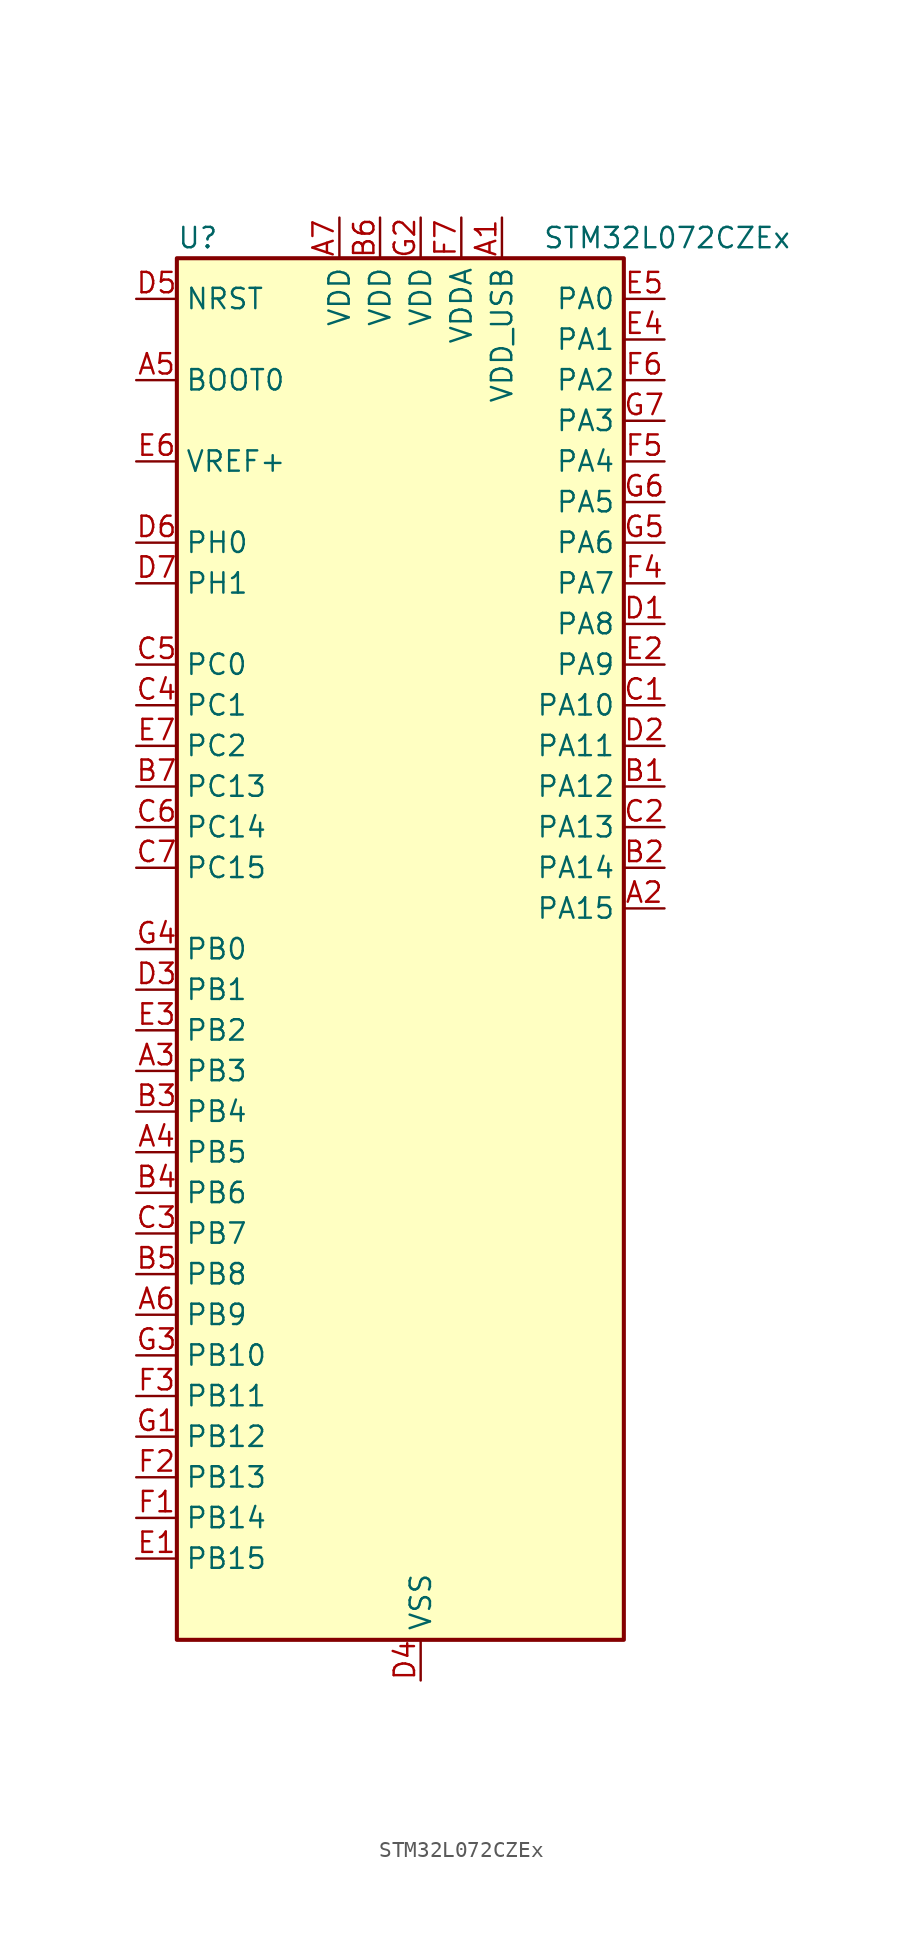
<source format=kicad_sym>
(kicad_symbol_lib
  (version 20220914)
  (generator kicad_symbol_editor)
  (symbol "STM32L072CZEx"
    (property "Reference" "U"
      (at -12.7 44.45 0)
      (effects (font (size 1.27 1.27)) (justify left)))
    (property "Value" "STM32L072CZEx"
      (at 10.16 44.45 0)
      (effects (font (size 1.27 1.27)) (justify left)))
    (property "ki_locked" ""
      (at 0 0 0)
      (effects (font (size 1.27 1.27))))
    (symbol "STM32L072CZEx_0_1"
      (rectangle (start -12.7 -43.18) (end 15.24 43.18) (stroke (width 0.254) (type default)) (fill (type background))))
    (symbol "STM32L072CZEx_1_1"
      (pin power_in line (at 7.62 45.72 270) (length 2.54) (name "VDD_USB" (effects (font (size 1.27 1.27)))) (number "A1" (effects (font (size 1.27 1.27)))))
      (pin bidirectional line (at 17.78 2.54 180) (length 2.54) (name "PA15" (effects (font (size 1.27 1.27)))) (number "A2" (effects (font (size 1.27 1.27)))) (alternate "SPI1_NSS" bidirectional line) (alternate "TIM2_CH1" bidirectional line) (alternate "TIM2_ETR" bidirectional line) (alternate "USART2_RX" bidirectional line) (alternate "USART4_DE" bidirectional line) (alternate "USART4_RTS" bidirectional line))
      (pin bidirectional line (at -15.24 -7.62 0) (length 2.54) (name "PB3" (effects (font (size 1.27 1.27)))) (number "A3" (effects (font (size 1.27 1.27)))) (alternate "COMP2_INM" bidirectional line) (alternate "SPI1_SCK" bidirectional line) (alternate "TIM2_CH2" bidirectional line) (alternate "TSC_G5_IO1" bidirectional line) (alternate "USART1_DE" bidirectional line) (alternate "USART1_RTS" bidirectional line) (alternate "USART5_TX" bidirectional line))
      (pin bidirectional line (at -15.24 -12.7 0) (length 2.54) (name "PB5" (effects (font (size 1.27 1.27)))) (number "A4" (effects (font (size 1.27 1.27)))) (alternate "COMP2_INP" bidirectional line) (alternate "I2C1_SMBA" bidirectional line) (alternate "LPTIM1_IN1" bidirectional line) (alternate "SPI1_MOSI" bidirectional line) (alternate "TIM22_CH2" bidirectional line) (alternate "TIM3_CH2" bidirectional line) (alternate "USART1_CK" bidirectional line) (alternate "USART5_CK" bidirectional line) (alternate "USART5_DE" bidirectional line) (alternate "USART5_RTS" bidirectional line))
      (pin input line (at -15.24 35.56 0) (length 2.54) (name "BOOT0" (effects (font (size 1.27 1.27)))) (number "A5" (effects (font (size 1.27 1.27)))))
      (pin bidirectional line (at -15.24 -22.86 0) (length 2.54) (name "PB9" (effects (font (size 1.27 1.27)))) (number "A6" (effects (font (size 1.27 1.27)))) (alternate "DAC_EXTI9" bidirectional line) (alternate "I2C1_SDA" bidirectional line) (alternate "I2S2_WS" bidirectional line) (alternate "SPI2_NSS" bidirectional line))
      (pin power_in line (at -2.54 45.72 270) (length 2.54) (name "VDD" (effects (font (size 1.27 1.27)))) (number "A7" (effects (font (size 1.27 1.27)))))
      (pin bidirectional line (at 17.78 10.16 180) (length 2.54) (name "PA12" (effects (font (size 1.27 1.27)))) (number "B1" (effects (font (size 1.27 1.27)))) (alternate "COMP2_OUT" bidirectional line) (alternate "SPI1_MOSI" bidirectional line) (alternate "TSC_G4_IO4" bidirectional line) (alternate "USART1_DE" bidirectional line) (alternate "USART1_RTS" bidirectional line) (alternate "USB_DP" bidirectional line))
      (pin bidirectional line (at 17.78 5.08 180) (length 2.54) (name "PA14" (effects (font (size 1.27 1.27)))) (number "B2" (effects (font (size 1.27 1.27)))) (alternate "LPUART1_TX" bidirectional line) (alternate "SYS_SWCLK" bidirectional line) (alternate "USART2_TX" bidirectional line))
      (pin bidirectional line (at -15.24 -10.16 0) (length 2.54) (name "PB4" (effects (font (size 1.27 1.27)))) (number "B3" (effects (font (size 1.27 1.27)))) (alternate "COMP2_INP" bidirectional line) (alternate "I2C3_SDA" bidirectional line) (alternate "SPI1_MISO" bidirectional line) (alternate "TIM22_CH1" bidirectional line) (alternate "TIM3_CH1" bidirectional line) (alternate "TSC_G5_IO2" bidirectional line) (alternate "USART1_CTS" bidirectional line) (alternate "USART5_RX" bidirectional line))
      (pin bidirectional line (at -15.24 -15.24 0) (length 2.54) (name "PB6" (effects (font (size 1.27 1.27)))) (number "B4" (effects (font (size 1.27 1.27)))) (alternate "COMP2_INP" bidirectional line) (alternate "I2C1_SCL" bidirectional line) (alternate "LPTIM1_ETR" bidirectional line) (alternate "TSC_G5_IO3" bidirectional line) (alternate "USART1_TX" bidirectional line))
      (pin bidirectional line (at -15.24 -20.32 0) (length 2.54) (name "PB8" (effects (font (size 1.27 1.27)))) (number "B5" (effects (font (size 1.27 1.27)))) (alternate "I2C1_SCL" bidirectional line) (alternate "TSC_SYNC" bidirectional line))
      (pin power_in line (at 0 45.72 270) (length 2.54) (name "VDD" (effects (font (size 1.27 1.27)))) (number "B6" (effects (font (size 1.27 1.27)))))
      (pin bidirectional line (at -15.24 10.16 0) (length 2.54) (name "PC13" (effects (font (size 1.27 1.27)))) (number "B7" (effects (font (size 1.27 1.27)))) (alternate "RTC_OUT_ALARM" bidirectional line) (alternate "RTC_OUT_CALIB" bidirectional line) (alternate "RTC_TAMP1" bidirectional line) (alternate "RTC_TS" bidirectional line) (alternate "SYS_WKUP2" bidirectional line))
      (pin bidirectional line (at 17.78 15.24 180) (length 2.54) (name "PA10" (effects (font (size 1.27 1.27)))) (number "C1" (effects (font (size 1.27 1.27)))) (alternate "I2C1_SDA" bidirectional line) (alternate "TSC_G4_IO2" bidirectional line) (alternate "USART1_RX" bidirectional line))
      (pin bidirectional line (at 17.78 7.62 180) (length 2.54) (name "PA13" (effects (font (size 1.27 1.27)))) (number "C2" (effects (font (size 1.27 1.27)))) (alternate "LPUART1_RX" bidirectional line) (alternate "SYS_SWDIO" bidirectional line) (alternate "USB_NOE" bidirectional line))
      (pin bidirectional line (at -15.24 -17.78 0) (length 2.54) (name "PB7" (effects (font (size 1.27 1.27)))) (number "C3" (effects (font (size 1.27 1.27)))) (alternate "COMP2_INP" bidirectional line) (alternate "I2C1_SDA" bidirectional line) (alternate "LPTIM1_IN2" bidirectional line) (alternate "SYS_PVD_IN" bidirectional line) (alternate "TSC_G5_IO4" bidirectional line) (alternate "USART1_RX" bidirectional line) (alternate "USART4_CTS" bidirectional line))
      (pin bidirectional line (at -15.24 15.24 0) (length 2.54) (name "PC1" (effects (font (size 1.27 1.27)))) (number "C4" (effects (font (size 1.27 1.27)))) (alternate "ADC_IN11" bidirectional line) (alternate "I2C3_SDA" bidirectional line) (alternate "LPTIM1_OUT" bidirectional line) (alternate "LPUART1_TX" bidirectional line) (alternate "TSC_G7_IO2" bidirectional line))
      (pin bidirectional line (at -15.24 17.78 0) (length 2.54) (name "PC0" (effects (font (size 1.27 1.27)))) (number "C5" (effects (font (size 1.27 1.27)))) (alternate "ADC_IN10" bidirectional line) (alternate "I2C3_SCL" bidirectional line) (alternate "LPTIM1_IN1" bidirectional line) (alternate "LPUART1_RX" bidirectional line) (alternate "TSC_G7_IO1" bidirectional line))
      (pin bidirectional line (at -15.24 7.62 0) (length 2.54) (name "PC14" (effects (font (size 1.27 1.27)))) (number "C6" (effects (font (size 1.27 1.27)))) (alternate "RCC_OSC32_IN" bidirectional line))
      (pin bidirectional line (at -15.24 5.08 0) (length 2.54) (name "PC15" (effects (font (size 1.27 1.27)))) (number "C7" (effects (font (size 1.27 1.27)))) (alternate "RCC_OSC32_OUT" bidirectional line))
      (pin bidirectional line (at 17.78 20.32 180) (length 2.54) (name "PA8" (effects (font (size 1.27 1.27)))) (number "D1" (effects (font (size 1.27 1.27)))) (alternate "CRS_SYNC" bidirectional line) (alternate "I2C3_SCL" bidirectional line) (alternate "RCC_MCO" bidirectional line) (alternate "USART1_CK" bidirectional line))
      (pin bidirectional line (at 17.78 12.7 180) (length 2.54) (name "PA11" (effects (font (size 1.27 1.27)))) (number "D2" (effects (font (size 1.27 1.27)))) (alternate "ADC_EXTI11" bidirectional line) (alternate "COMP1_OUT" bidirectional line) (alternate "SPI1_MISO" bidirectional line) (alternate "TSC_G4_IO3" bidirectional line) (alternate "USART1_CTS" bidirectional line) (alternate "USB_DM" bidirectional line))
      (pin bidirectional line (at -15.24 -2.54 0) (length 2.54) (name "PB1" (effects (font (size 1.27 1.27)))) (number "D3" (effects (font (size 1.27 1.27)))) (alternate "ADC_IN9" bidirectional line) (alternate "LPUART1_DE" bidirectional line) (alternate "LPUART1_RTS" bidirectional line) (alternate "SYS_VREF_OUT_PB1" bidirectional line) (alternate "TIM3_CH4" bidirectional line) (alternate "TSC_G3_IO3" bidirectional line))
      (pin power_in line (at 2.54 -45.72 90) (length 2.54) (name "VSS" (effects (font (size 1.27 1.27)))) (number "D4" (effects (font (size 1.27 1.27)))))
      (pin input line (at -15.24 40.64 0) (length 2.54) (name "NRST" (effects (font (size 1.27 1.27)))) (number "D5" (effects (font (size 1.27 1.27)))))
      (pin bidirectional line (at -15.24 25.4 0) (length 2.54) (name "PH0" (effects (font (size 1.27 1.27)))) (number "D6" (effects (font (size 1.27 1.27)))) (alternate "CRS_SYNC" bidirectional line) (alternate "RCC_OSC_IN" bidirectional line))
      (pin bidirectional line (at -15.24 22.86 0) (length 2.54) (name "PH1" (effects (font (size 1.27 1.27)))) (number "D7" (effects (font (size 1.27 1.27)))) (alternate "RCC_OSC_OUT" bidirectional line))
      (pin bidirectional line (at -15.24 -38.1 0) (length 2.54) (name "PB15" (effects (font (size 1.27 1.27)))) (number "E1" (effects (font (size 1.27 1.27)))) (alternate "I2S2_SD" bidirectional line) (alternate "RTC_REFIN" bidirectional line) (alternate "SPI2_MOSI" bidirectional line))
      (pin bidirectional line (at 17.78 17.78 180) (length 2.54) (name "PA9" (effects (font (size 1.27 1.27)))) (number "E2" (effects (font (size 1.27 1.27)))) (alternate "DAC_EXTI9" bidirectional line) (alternate "I2C1_SCL" bidirectional line) (alternate "I2C3_SMBA" bidirectional line) (alternate "RCC_MCO" bidirectional line) (alternate "TSC_G4_IO1" bidirectional line) (alternate "USART1_TX" bidirectional line))
      (pin bidirectional line (at -15.24 -5.08 0) (length 2.54) (name "PB2" (effects (font (size 1.27 1.27)))) (number "E3" (effects (font (size 1.27 1.27)))) (alternate "I2C3_SMBA" bidirectional line) (alternate "LPTIM1_OUT" bidirectional line) (alternate "TSC_G3_IO4" bidirectional line))
      (pin bidirectional line (at 17.78 38.1 180) (length 2.54) (name "PA1" (effects (font (size 1.27 1.27)))) (number "E4" (effects (font (size 1.27 1.27)))) (alternate "ADC_IN1" bidirectional line) (alternate "COMP1_INP" bidirectional line) (alternate "TIM21_ETR" bidirectional line) (alternate "TIM2_CH2" bidirectional line) (alternate "TSC_G1_IO2" bidirectional line) (alternate "USART2_DE" bidirectional line) (alternate "USART2_RTS" bidirectional line) (alternate "USART4_RX" bidirectional line))
      (pin bidirectional line (at 17.78 40.64 180) (length 2.54) (name "PA0" (effects (font (size 1.27 1.27)))) (number "E5" (effects (font (size 1.27 1.27)))) (alternate "ADC_IN0" bidirectional line) (alternate "COMP1_INM" bidirectional line) (alternate "COMP1_OUT" bidirectional line) (alternate "RTC_TAMP2" bidirectional line) (alternate "SYS_WKUP1" bidirectional line) (alternate "TIM2_CH1" bidirectional line) (alternate "TIM2_ETR" bidirectional line) (alternate "TSC_G1_IO1" bidirectional line) (alternate "USART2_CTS" bidirectional line) (alternate "USART4_TX" bidirectional line))
      (pin input line (at -15.24 30.48 0) (length 2.54) (name "VREF+" (effects (font (size 1.27 1.27)))) (number "E6" (effects (font (size 1.27 1.27)))))
      (pin bidirectional line (at -15.24 12.7 0) (length 2.54) (name "PC2" (effects (font (size 1.27 1.27)))) (number "E7" (effects (font (size 1.27 1.27)))) (alternate "ADC_IN12" bidirectional line) (alternate "I2S2_MCK" bidirectional line) (alternate "LPTIM1_IN2" bidirectional line) (alternate "SPI2_MISO" bidirectional line) (alternate "TSC_G7_IO3" bidirectional line))
      (pin bidirectional line (at -15.24 -35.56 0) (length 2.54) (name "PB14" (effects (font (size 1.27 1.27)))) (number "F1" (effects (font (size 1.27 1.27)))) (alternate "I2C2_SDA" bidirectional line) (alternate "I2S2_MCK" bidirectional line) (alternate "LPUART1_DE" bidirectional line) (alternate "LPUART1_RTS" bidirectional line) (alternate "RTC_OUT_ALARM" bidirectional line) (alternate "RTC_OUT_CALIB" bidirectional line) (alternate "SPI2_MISO" bidirectional line) (alternate "TIM21_CH2" bidirectional line) (alternate "TSC_G6_IO4" bidirectional line))
      (pin bidirectional line (at -15.24 -33.02 0) (length 2.54) (name "PB13" (effects (font (size 1.27 1.27)))) (number "F2" (effects (font (size 1.27 1.27)))) (alternate "I2C2_SCL" bidirectional line) (alternate "I2S2_CK" bidirectional line) (alternate "LPUART1_CTS" bidirectional line) (alternate "RCC_MCO" bidirectional line) (alternate "SPI2_SCK" bidirectional line) (alternate "TIM21_CH1" bidirectional line) (alternate "TSC_G6_IO3" bidirectional line))
      (pin bidirectional line (at -15.24 -27.94 0) (length 2.54) (name "PB11" (effects (font (size 1.27 1.27)))) (number "F3" (effects (font (size 1.27 1.27)))) (alternate "ADC_EXTI11" bidirectional line) (alternate "I2C2_SDA" bidirectional line) (alternate "LPUART1_RX" bidirectional line) (alternate "LPUART1_TX" bidirectional line) (alternate "TIM2_CH4" bidirectional line) (alternate "TSC_G6_IO1" bidirectional line))
      (pin bidirectional line (at 17.78 22.86 180) (length 2.54) (name "PA7" (effects (font (size 1.27 1.27)))) (number "F4" (effects (font (size 1.27 1.27)))) (alternate "ADC_IN7" bidirectional line) (alternate "COMP2_OUT" bidirectional line) (alternate "SPI1_MOSI" bidirectional line) (alternate "TIM22_CH2" bidirectional line) (alternate "TIM3_CH2" bidirectional line) (alternate "TSC_G2_IO4" bidirectional line))
      (pin bidirectional line (at 17.78 30.48 180) (length 2.54) (name "PA4" (effects (font (size 1.27 1.27)))) (number "F5" (effects (font (size 1.27 1.27)))) (alternate "ADC_IN4" bidirectional line) (alternate "COMP1_INM" bidirectional line) (alternate "COMP2_INM" bidirectional line) (alternate "DAC_OUT1" bidirectional line) (alternate "SPI1_NSS" bidirectional line) (alternate "TIM22_ETR" bidirectional line) (alternate "TSC_G2_IO1" bidirectional line) (alternate "USART2_CK" bidirectional line))
      (pin bidirectional line (at 17.78 35.56 180) (length 2.54) (name "PA2" (effects (font (size 1.27 1.27)))) (number "F6" (effects (font (size 1.27 1.27)))) (alternate "ADC_IN2" bidirectional line) (alternate "COMP2_INM" bidirectional line) (alternate "COMP2_OUT" bidirectional line) (alternate "LPUART1_TX" bidirectional line) (alternate "TIM21_CH1" bidirectional line) (alternate "TIM2_CH3" bidirectional line) (alternate "TSC_G1_IO3" bidirectional line) (alternate "USART2_TX" bidirectional line))
      (pin power_in line (at 5.08 45.72 270) (length 2.54) (name "VDDA" (effects (font (size 1.27 1.27)))) (number "F7" (effects (font (size 1.27 1.27)))))
      (pin bidirectional line (at -15.24 -30.48 0) (length 2.54) (name "PB12" (effects (font (size 1.27 1.27)))) (number "G1" (effects (font (size 1.27 1.27)))) (alternate "I2S2_WS" bidirectional line) (alternate "LPUART1_DE" bidirectional line) (alternate "LPUART1_RTS" bidirectional line) (alternate "SPI2_NSS" bidirectional line) (alternate "TSC_G6_IO2" bidirectional line))
      (pin power_in line (at 2.54 45.72 270) (length 2.54) (name "VDD" (effects (font (size 1.27 1.27)))) (number "G2" (effects (font (size 1.27 1.27)))))
      (pin bidirectional line (at -15.24 -25.4 0) (length 2.54) (name "PB10" (effects (font (size 1.27 1.27)))) (number "G3" (effects (font (size 1.27 1.27)))) (alternate "I2C2_SCL" bidirectional line) (alternate "LPUART1_RX" bidirectional line) (alternate "LPUART1_TX" bidirectional line) (alternate "SPI2_SCK" bidirectional line) (alternate "TIM2_CH3" bidirectional line) (alternate "TSC_SYNC" bidirectional line))
      (pin bidirectional line (at -15.24 0 0) (length 2.54) (name "PB0" (effects (font (size 1.27 1.27)))) (number "G4" (effects (font (size 1.27 1.27)))) (alternate "ADC_IN8" bidirectional line) (alternate "SYS_VREF_OUT_PB0" bidirectional line) (alternate "TIM3_CH3" bidirectional line) (alternate "TSC_G3_IO2" bidirectional line))
      (pin bidirectional line (at 17.78 25.4 180) (length 2.54) (name "PA6" (effects (font (size 1.27 1.27)))) (number "G5" (effects (font (size 1.27 1.27)))) (alternate "ADC_IN6" bidirectional line) (alternate "COMP1_OUT" bidirectional line) (alternate "LPUART1_CTS" bidirectional line) (alternate "SPI1_MISO" bidirectional line) (alternate "TIM22_CH1" bidirectional line) (alternate "TIM3_CH1" bidirectional line) (alternate "TSC_G2_IO3" bidirectional line))
      (pin bidirectional line (at 17.78 27.94 180) (length 2.54) (name "PA5" (effects (font (size 1.27 1.27)))) (number "G6" (effects (font (size 1.27 1.27)))) (alternate "ADC_IN5" bidirectional line) (alternate "COMP1_INM" bidirectional line) (alternate "COMP2_INM" bidirectional line) (alternate "DAC_OUT2" bidirectional line) (alternate "SPI1_SCK" bidirectional line) (alternate "TIM2_CH1" bidirectional line) (alternate "TIM2_ETR" bidirectional line) (alternate "TSC_G2_IO2" bidirectional line))
      (pin bidirectional line (at 17.78 33.02 180) (length 2.54) (name "PA3" (effects (font (size 1.27 1.27)))) (number "G7" (effects (font (size 1.27 1.27)))) (alternate "ADC_IN3" bidirectional line) (alternate "COMP2_INP" bidirectional line) (alternate "LPUART1_RX" bidirectional line) (alternate "TIM21_CH2" bidirectional line) (alternate "TIM2_CH4" bidirectional line) (alternate "TSC_G1_IO4" bidirectional line) (alternate "USART2_RX" bidirectional line)))))
</source>
